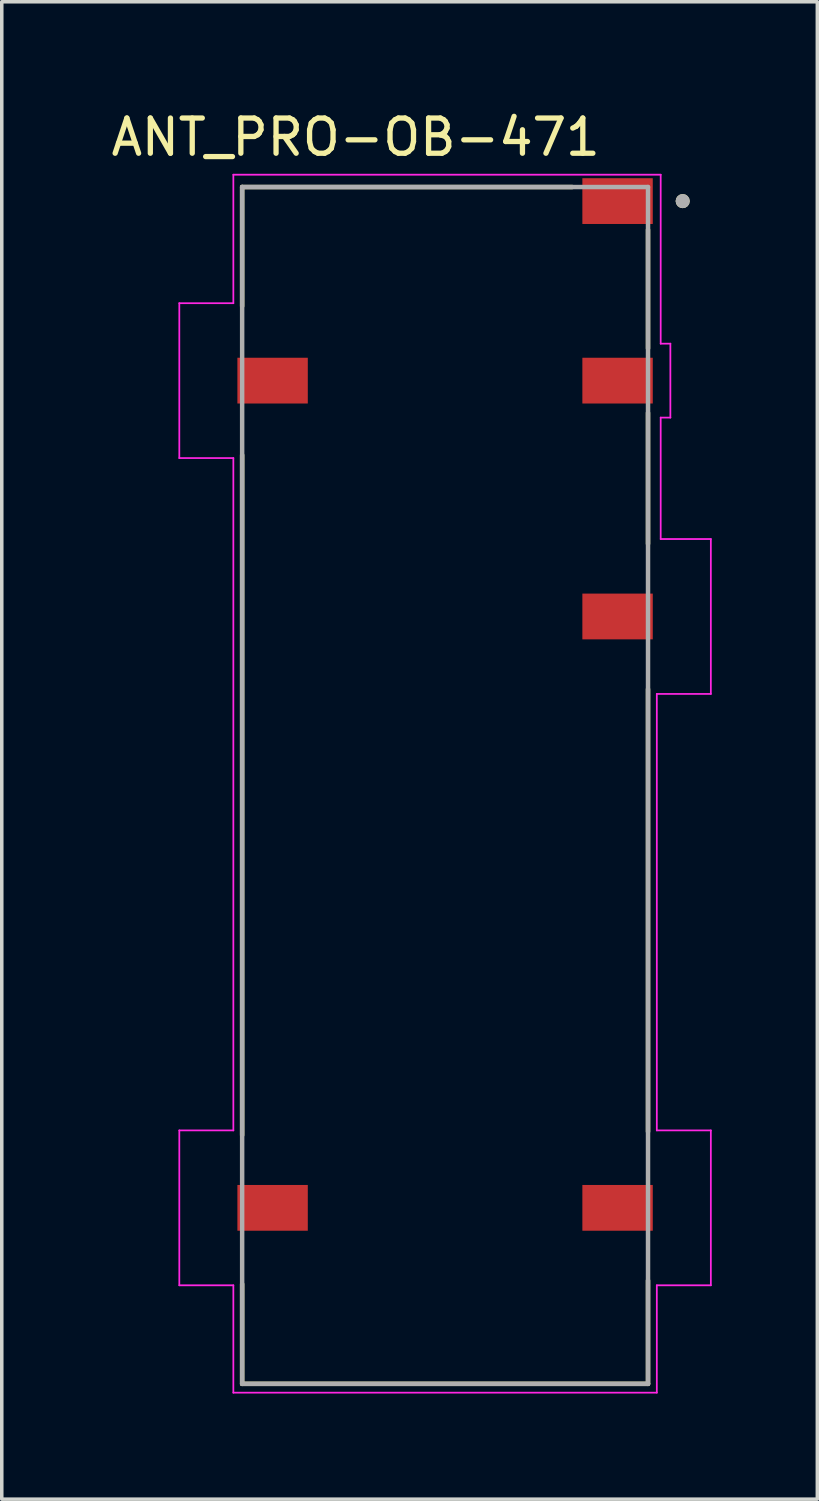
<source format=kicad_pcb>
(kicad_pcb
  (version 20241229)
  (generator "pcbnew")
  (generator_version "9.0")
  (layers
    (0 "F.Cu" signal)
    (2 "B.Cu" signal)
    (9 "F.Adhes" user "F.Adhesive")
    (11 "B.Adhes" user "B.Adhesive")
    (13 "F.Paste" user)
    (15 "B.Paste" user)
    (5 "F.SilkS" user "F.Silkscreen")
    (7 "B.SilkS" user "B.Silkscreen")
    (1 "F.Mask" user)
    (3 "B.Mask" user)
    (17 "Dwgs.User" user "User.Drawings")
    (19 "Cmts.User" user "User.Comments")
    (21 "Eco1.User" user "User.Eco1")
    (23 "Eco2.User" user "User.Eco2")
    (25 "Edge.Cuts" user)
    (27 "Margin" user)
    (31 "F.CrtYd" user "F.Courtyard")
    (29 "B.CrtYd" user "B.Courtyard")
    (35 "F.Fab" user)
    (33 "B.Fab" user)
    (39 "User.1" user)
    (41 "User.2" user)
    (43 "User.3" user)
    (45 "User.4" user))
  (footprint "ANT_PRO-OB-471"
    (layer "F.Cu")
    (at 9.594 19.263)
    (property "Reference" "ANT_PRO-OB-471" (at -2.54 -18.415 0) (layer "F.SilkS") (effects (font (size 1 1) (thickness 0.15))))
    (attr smd)
    (fp_line (start -5.765 -17) (end 3.611 -17) (stroke (width 0.127) (type solid)) (layer "F.SilkS"))
    (fp_line (start -5.765 -13.614) (end -5.765 -17) (stroke (width 0.127) (type solid)) (layer "F.SilkS"))
    (fp_line (start -5.765 9.937) (end -5.765 -9.386) (stroke (width 0.127) (type solid)) (layer "F.SilkS"))
    (fp_line (start -5.765 17) (end -5.765 14.164) (stroke (width 0.127) (type solid)) (layer "F.SilkS"))
    (fp_line (start 5.765 -15.787) (end 5.765 -12.414) (stroke (width 0.127) (type solid)) (layer "F.SilkS"))
    (fp_line (start 5.765 -10.586) (end 5.765 -6.864) (stroke (width 0.127) (type solid)) (layer "F.SilkS"))
    (fp_line (start 5.765 -2.736) (end 5.765 9.836) (stroke (width 0.127) (type solid)) (layer "F.SilkS"))
    (fp_line (start 5.765 14.063) (end 5.765 17) (stroke (width 0.127) (type solid)) (layer "F.SilkS"))
    (fp_line (start 5.765 17) (end -5.765 17) (stroke (width 0.127) (type solid)) (layer "F.SilkS"))
    (fp_circle (center 6.75 -16.6) (end 6.85 -16.6) (stroke (width 0.2) (type solid)) (fill no) (layer "F.SilkS"))
    (fp_line (start -7.55 -13.7) (end -6.015 -13.7) (stroke (width 0.05) (type solid)) (layer "F.CrtYd"))
    (fp_line (start -7.55 -9.3) (end -7.55 -13.7) (stroke (width 0.05) (type solid)) (layer "F.CrtYd"))
    (fp_line (start -7.55 9.8) (end -6.015 9.8) (stroke (width 0.05) (type solid)) (layer "F.CrtYd"))
    (fp_line (start -7.55 14.2) (end -7.55 9.8) (stroke (width 0.05) (type solid)) (layer "F.CrtYd"))
    (fp_line (start -6.015 -17.35) (end 6.125 -17.35) (stroke (width 0.05) (type solid)) (layer "F.CrtYd"))
    (fp_line (start -6.015 -13.7) (end -6.015 -17.35) (stroke (width 0.05) (type solid)) (layer "F.CrtYd"))
    (fp_line (start -6.015 -9.3) (end -7.55 -9.3) (stroke (width 0.05) (type solid)) (layer "F.CrtYd"))
    (fp_line (start -6.015 9.8) (end -6.015 -9.3) (stroke (width 0.05) (type solid)) (layer "F.CrtYd"))
    (fp_line (start -6.015 14.2) (end -7.55 14.2) (stroke (width 0.05) (type solid)) (layer "F.CrtYd"))
    (fp_line (start -6.015 17.25) (end -6.015 14.2) (stroke (width 0.05) (type solid)) (layer "F.CrtYd"))
    (fp_line (start 6.015 -2.6) (end 6.015 9.8) (stroke (width 0.05) (type solid)) (layer "F.CrtYd"))
    (fp_line (start 6.015 9.8) (end 7.55 9.8) (stroke (width 0.05) (type solid)) (layer "F.CrtYd"))
    (fp_line (start 6.015 14.2) (end 6.015 17.25) (stroke (width 0.05) (type solid)) (layer "F.CrtYd"))
    (fp_line (start 6.015 17.25) (end -6.015 17.25) (stroke (width 0.05) (type solid)) (layer "F.CrtYd"))
    (fp_line (start 6.125 -17.35) (end 6.125 -12.55) (stroke (width 0.05) (type solid)) (layer "F.CrtYd"))
    (fp_line (start 6.125 -12.55) (end 6.4 -12.55) (stroke (width 0.05) (type solid)) (layer "F.CrtYd"))
    (fp_line (start 6.125 -10.45) (end 6.125 -7) (stroke (width 0.05) (type solid)) (layer "F.CrtYd"))
    (fp_line (start 6.125 -7) (end 7.55 -7) (stroke (width 0.05) (type solid)) (layer "F.CrtYd"))
    (fp_line (start 6.4 -12.55) (end 6.4 -10.45) (stroke (width 0.05) (type solid)) (layer "F.CrtYd"))
    (fp_line (start 6.4 -10.45) (end 6.125 -10.45) (stroke (width 0.05) (type solid)) (layer "F.CrtYd"))
    (fp_line (start 7.55 -7) (end 7.55 -2.6) (stroke (width 0.05) (type solid)) (layer "F.CrtYd"))
    (fp_line (start 7.55 -2.6) (end 6.015 -2.6) (stroke (width 0.05) (type solid)) (layer "F.CrtYd"))
    (fp_line (start 7.55 9.8) (end 7.55 14.2) (stroke (width 0.05) (type solid)) (layer "F.CrtYd"))
    (fp_line (start 7.55 14.2) (end 6.015 14.2) (stroke (width 0.05) (type solid)) (layer "F.CrtYd"))
    (fp_line (start -5.765 -17) (end 5.765 -17) (stroke (width 0.127) (type solid)) (layer "F.Fab"))
    (fp_line (start -5.765 17) (end -5.765 -17) (stroke (width 0.127) (type solid)) (layer "F.Fab"))
    (fp_line (start 5.765 -17) (end 5.765 17) (stroke (width 0.127) (type solid)) (layer "F.Fab"))
    (fp_line (start 5.765 17) (end -5.765 17) (stroke (width 0.127) (type solid)) (layer "F.Fab"))
    (fp_circle (center 6.75 -16.6) (end 6.85 -16.6) (stroke (width 0.2) (type solid)) (fill no) (layer "F.Fab"))
    (pad "1" smd rect (at 4.9 -16.6) (size 2 1.3) (layers "F.Cu" "F.Mask" "F.Paste"))
    (pad "2" smd rect (at 4.9 -11.5) (size 2 1.3) (layers "F.Cu" "F.Mask" "F.Paste"))
    (pad "3" smd rect (at -4.9 -11.5) (size 2 1.3) (layers "F.Cu" "F.Mask" "F.Paste"))
    (pad "4" smd rect (at -4.9 12) (size 2 1.3) (layers "F.Cu" "F.Mask" "F.Paste"))
    (pad "5" smd rect (at 4.9 12) (size 2 1.3) (layers "F.Cu" "F.Mask" "F.Paste"))
    (pad "6" smd rect (at 4.9 -4.8) (size 2 1.3) (layers "F.Cu" "F.Mask" "F.Paste"))
    (zone (net_name "") (layer "F.Cu") (hatch full 0.508) (connect_pads) (min_thickness 0.01) (filled_areas_thickness no) (keepout (tracks not_allowed) (vias not_allowed) (pads not_allowed) (copperpour not_allowed) (footprints allowed)) (placement (enabled no)) (fill) (polygon (pts (xy 4.694 5.813) (xy 2.294 5.813) (xy 2.294 9.713) (xy 4.694 9.713) (xy 4.694 8.263) (xy 3.719 8.263) (xy 3.719 7.263) (xy 4.694 7.263))))
    (zone (net_name "") (layer "F.Cu") (hatch full 0.508) (connect_pads) (min_thickness 0.01) (filled_areas_thickness no) (keepout (tracks not_allowed) (vias not_allowed) (pads not_allowed) (copperpour not_allowed) (footprints allowed)) (placement (enabled no)) (fill) (polygon (pts (xy 4.694 9.713) (xy 7.094 9.713) (xy 7.094 5.813) (xy 4.694 5.813) (xy 4.694 7.263) (xy 5.669 7.263) (xy 5.669 8.263) (xy 4.694 8.263))))
    (zone (net_name "") (layer "F.Cu") (hatch full 0.508) (connect_pads) (min_thickness 0.01) (filled_areas_thickness no) (keepout (tracks not_allowed) (vias not_allowed) (pads not_allowed) (copperpour not_allowed) (footprints allowed)) (placement (enabled no)) (fill) (polygon (pts (xy 4.694 29.313) (xy 2.294 29.313) (xy 2.294 33.213) (xy 4.694 33.213) (xy 4.694 31.763) (xy 3.719 31.763) (xy 3.719 30.763) (xy 4.694 30.763))))
    (zone (net_name "") (layer "F.Cu") (hatch full 0.508) (connect_pads) (min_thickness 0.01) (filled_areas_thickness no) (keepout (tracks not_allowed) (vias not_allowed) (pads not_allowed) (copperpour not_allowed) (footprints allowed)) (placement (enabled no)) (fill) (polygon (pts (xy 4.694 33.213) (xy 7.094 33.213) (xy 7.094 29.313) (xy 4.694 29.313) (xy 4.694 30.763) (xy 5.669 30.763) (xy 5.669 31.763) (xy 4.694 31.763))))
    (zone (net_name "") (layer "F.Cu") (hatch full 0.508) (connect_pads) (min_thickness 0.01) (filled_areas_thickness no) (keepout (tracks not_allowed) (vias not_allowed) (pads not_allowed) (copperpour not_allowed) (footprints allowed)) (placement (enabled no)) (fill) (polygon (pts (xy 14.494 6.963) (xy 13.244 6.963) (xy 13.244 8.563) (xy 14.494 8.563) (xy 14.494 8.263) (xy 13.519 8.263) (xy 13.519 7.263) (xy 14.494 7.263))))
    (zone (net_name "") (layer "F.Cu") (hatch full 0.508) (connect_pads) (min_thickness 0.01) (filled_areas_thickness no) (keepout (tracks not_allowed) (vias not_allowed) (pads not_allowed) (copperpour not_allowed) (footprints allowed)) (placement (enabled no)) (fill) (polygon (pts (xy 14.494 8.563) (xy 15.744 8.563) (xy 15.744 6.963) (xy 14.494 6.963) (xy 14.494 7.258) (xy 15.469 7.258) (xy 15.469 8.263) (xy 14.494 8.263))))
    (zone (net_name "") (layer "F.Cu") (hatch full 0.508) (connect_pads) (min_thickness 0.01) (filled_areas_thickness no) (keepout (tracks not_allowed) (vias not_allowed) (pads not_allowed) (copperpour not_allowed) (footprints allowed)) (placement (enabled no)) (fill) (polygon (pts (xy 14.494 12.513) (xy 12.094 12.513) (xy 12.094 16.413) (xy 14.494 16.413) (xy 14.494 14.963) (xy 13.519 14.963) (xy 13.519 13.963) (xy 14.494 13.963))))
    (zone (net_name "") (layer "F.Cu") (hatch full 0.508) (connect_pads) (min_thickness 0.01) (filled_areas_thickness no) (keepout (tracks not_allowed) (vias not_allowed) (pads not_allowed) (copperpour not_allowed) (footprints allowed)) (placement (enabled no)) (fill) (polygon (pts (xy 14.494 16.413) (xy 16.894 16.413) (xy 16.894 12.513) (xy 14.494 12.513) (xy 14.494 13.963) (xy 15.469 13.963) (xy 15.469 14.963) (xy 14.494 14.963))))
    (zone (net_name "") (layer "F.Cu") (hatch full 0.508) (connect_pads) (min_thickness 0.01) (filled_areas_thickness no) (keepout (tracks not_allowed) (vias not_allowed) (pads not_allowed) (copperpour not_allowed) (footprints allowed)) (placement (enabled no)) (fill) (polygon (pts (xy 14.494 29.313) (xy 12.094 29.313) (xy 12.094 33.213) (xy 14.494 33.213) (xy 14.494 31.763) (xy 13.519 31.763) (xy 13.519 30.763) (xy 14.494 30.763))))
    (zone (net_name "") (layer "F.Cu") (hatch full 0.508) (connect_pads) (min_thickness 0.01) (filled_areas_thickness no) (keepout (tracks not_allowed) (vias not_allowed) (pads not_allowed) (copperpour not_allowed) (footprints allowed)) (placement (enabled no)) (fill) (polygon (pts (xy 14.494 33.213) (xy 16.894 33.213) (xy 16.894 29.313) (xy 14.494 29.313) (xy 14.494 30.763) (xy 15.469 30.763) (xy 15.469 31.763) (xy 14.494 31.763))))
    (zone (net_name "") (layers "F.Cu" "B.Cu") (hatch full 0.508) (connect_pads) (min_thickness 0.01) (filled_areas_thickness no) (keepout (tracks allowed) (vias not_allowed) (pads allowed) (copperpour allowed) (footprints allowed)) (placement (enabled no)) (fill) (polygon (pts (xy 2.294 5.813) (xy 7.094 5.813) (xy 7.094 9.713) (xy 2.294 9.713))))
    (zone (net_name "") (layers "F.Cu" "B.Cu") (hatch full 0.508) (connect_pads) (min_thickness 0.01) (filled_areas_thickness no) (keepout (tracks allowed) (vias not_allowed) (pads allowed) (copperpour allowed) (footprints allowed)) (placement (enabled no)) (fill) (polygon (pts (xy 2.294 29.313) (xy 7.094 29.313) (xy 7.094 33.213) (xy 2.294 33.213))))
    (zone (net_name "") (layers "F.Cu" "B.Cu") (hatch full 0.508) (connect_pads) (min_thickness 0.01) (filled_areas_thickness no) (keepout (tracks allowed) (vias not_allowed) (pads allowed) (copperpour allowed) (footprints allowed)) (placement (enabled no)) (fill) (polygon (pts (xy 12.094 12.513) (xy 16.894 12.513) (xy 16.894 16.413) (xy 12.094 16.413))))
    (zone (net_name "") (layers "F.Cu" "B.Cu") (hatch full 0.508) (connect_pads) (min_thickness 0.01) (filled_areas_thickness no) (keepout (tracks allowed) (vias not_allowed) (pads allowed) (copperpour allowed) (footprints allowed)) (placement (enabled no)) (fill) (polygon (pts (xy 12.094 29.313) (xy 16.894 29.313) (xy 16.894 33.213) (xy 12.094 33.213))))
    (zone (net_name "") (layers "F.Cu" "B.Cu") (hatch full 0.508) (connect_pads) (min_thickness 0.01) (filled_areas_thickness no) (keepout (tracks allowed) (vias not_allowed) (pads allowed) (copperpour allowed) (footprints allowed)) (placement (enabled no)) (fill) (polygon (pts (xy 13.244 6.963) (xy 15.744 6.963) (xy 15.744 8.563) (xy 13.244 8.563))))
    (zone (net_name "") (layer "B.Cu") (hatch full 0.508) (connect_pads) (min_thickness 0.01) (filled_areas_thickness no) (keepout (tracks not_allowed) (vias not_allowed) (pads not_allowed) (copperpour not_allowed) (footprints allowed)) (placement (enabled no)) (fill) (polygon (pts (xy 2.294 5.813) (xy 7.094 5.813) (xy 7.094 9.713) (xy 2.294 9.713))))
    (zone (net_name "") (layer "B.Cu") (hatch full 0.508) (connect_pads) (min_thickness 0.01) (filled_areas_thickness no) (keepout (tracks not_allowed) (vias not_allowed) (pads not_allowed) (copperpour not_allowed) (footprints allowed)) (placement (enabled no)) (fill) (polygon (pts (xy 2.294 29.313) (xy 7.094 29.313) (xy 7.094 33.213) (xy 2.294 33.213))))
    (zone (net_name "") (layer "B.Cu") (hatch full 0.508) (connect_pads) (min_thickness 0.01) (filled_areas_thickness no) (keepout (tracks not_allowed) (vias not_allowed) (pads not_allowed) (copperpour not_allowed) (footprints allowed)) (placement (enabled no)) (fill) (polygon (pts (xy 12.094 12.513) (xy 16.894 12.513) (xy 16.894 16.413) (xy 12.094 16.413))))
    (zone (net_name "") (layer "B.Cu") (hatch full 0.508) (connect_pads) (min_thickness 0.01) (filled_areas_thickness no) (keepout (tracks not_allowed) (vias not_allowed) (pads not_allowed) (copperpour not_allowed) (footprints allowed)) (placement (enabled no)) (fill) (polygon (pts (xy 12.094 29.313) (xy 16.894 29.313) (xy 16.894 33.213) (xy 12.094 33.213))))
    (zone (net_name "") (layer "B.Cu") (hatch full 0.508) (connect_pads) (min_thickness 0.01) (filled_areas_thickness no) (keepout (tracks not_allowed) (vias not_allowed) (pads not_allowed) (copperpour not_allowed) (footprints allowed)) (placement (enabled no)) (fill) (polygon (pts (xy 13.244 6.963) (xy 15.744 6.963) (xy 15.744 8.563) (xy 13.244 8.563)))))
  (gr_rect
    (start -3 -3)
    (end 20.169 39.538)
    (stroke (width 0.1) (type default))
    (fill no)
    (layer "Edge.Cuts")))
</source>
